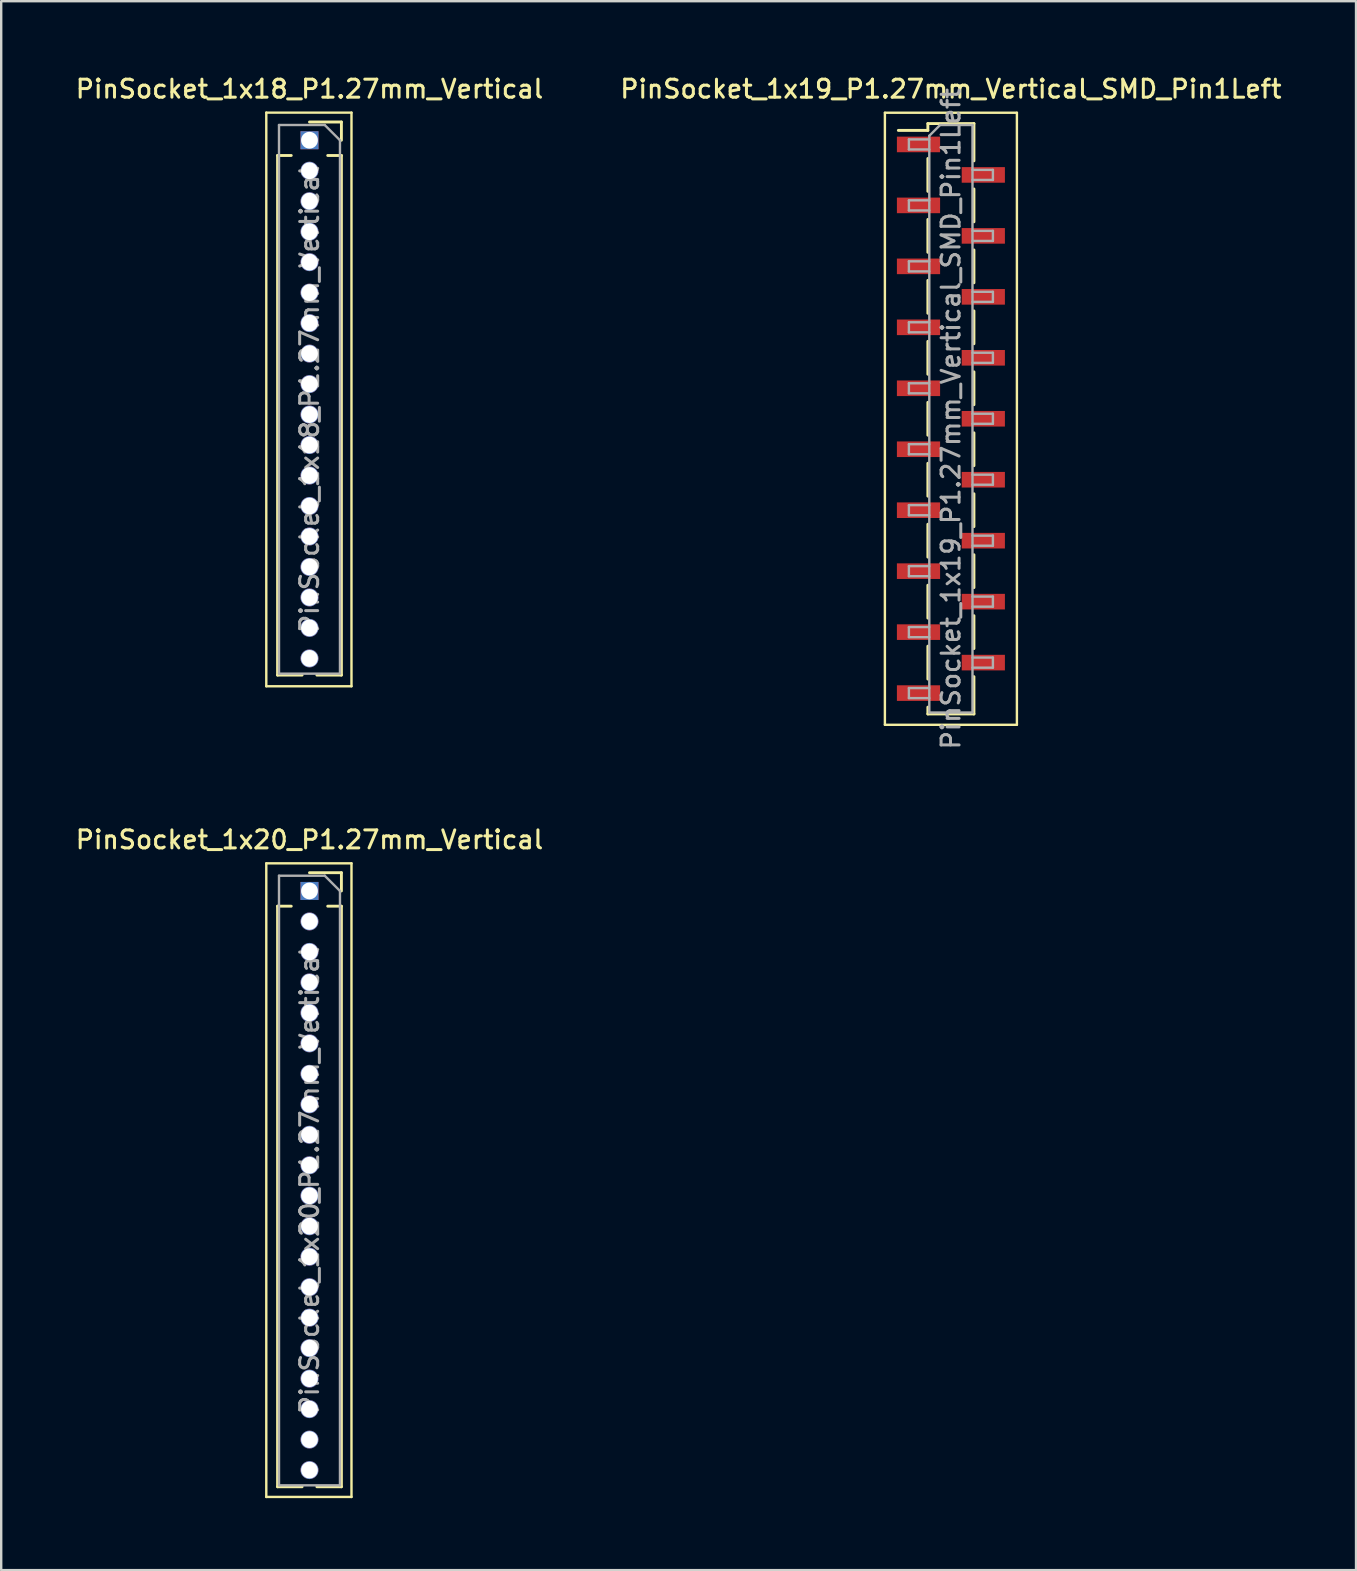
<source format=kicad_pcb>
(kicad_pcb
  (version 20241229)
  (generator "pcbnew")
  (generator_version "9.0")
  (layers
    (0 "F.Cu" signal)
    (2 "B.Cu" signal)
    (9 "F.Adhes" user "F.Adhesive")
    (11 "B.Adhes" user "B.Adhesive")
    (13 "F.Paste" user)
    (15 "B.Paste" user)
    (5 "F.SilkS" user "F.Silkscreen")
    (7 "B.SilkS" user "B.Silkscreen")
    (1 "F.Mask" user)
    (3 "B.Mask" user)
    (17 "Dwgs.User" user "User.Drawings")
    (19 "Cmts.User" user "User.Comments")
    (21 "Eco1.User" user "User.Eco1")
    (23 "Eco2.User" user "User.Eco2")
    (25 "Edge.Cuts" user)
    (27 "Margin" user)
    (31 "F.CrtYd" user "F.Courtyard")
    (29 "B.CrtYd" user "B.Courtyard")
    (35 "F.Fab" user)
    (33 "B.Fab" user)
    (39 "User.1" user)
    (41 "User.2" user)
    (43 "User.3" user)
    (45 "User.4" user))
  (footprint "PinSocket_1x18_P1.27mm_Vertical"
    (layer "F.Cu")
    (at 9.845 2.793)
    (property "Reference" "PinSocket_1x18_P1.27mm_Vertical" (at 0 -2.135 0) (layer "F.SilkS") (effects (font (size 0.75 0.75) (thickness 0.125))))
    (attr through_hole)
    (fp_line (start -1.8 -1.15) (end 1.75 -1.15) (stroke (width 0.1) (type solid)) (layer "F.SilkS"))
    (fp_line (start -1.8 22.75) (end -1.8 -1.15) (stroke (width 0.1) (type solid)) (layer "F.SilkS"))
    (fp_line (start -1.33 0.635) (end -1.33 22.285) (stroke (width 0.12) (type solid)) (layer "F.SilkS"))
    (fp_line (start -1.33 0.635) (end -0.76 0.635) (stroke (width 0.12) (type solid)) (layer "F.SilkS"))
    (fp_line (start -1.33 22.285) (end -0.308 22.285) (stroke (width 0.12) (type solid)) (layer "F.SilkS"))
    (fp_line (start 0 -0.76) (end 1.33 -0.76) (stroke (width 0.12) (type solid)) (layer "F.SilkS"))
    (fp_line (start 0.308 22.285) (end 1.33 22.285) (stroke (width 0.12) (type solid)) (layer "F.SilkS"))
    (fp_line (start 0.76 0.635) (end 1.33 0.635) (stroke (width 0.12) (type solid)) (layer "F.SilkS"))
    (fp_line (start 1.33 -0.76) (end 1.33 0) (stroke (width 0.12) (type solid)) (layer "F.SilkS"))
    (fp_line (start 1.33 0.635) (end 1.33 22.285) (stroke (width 0.12) (type solid)) (layer "F.SilkS"))
    (fp_line (start 1.75 -1.15) (end 1.75 22.75) (stroke (width 0.1) (type solid)) (layer "F.SilkS"))
    (fp_line (start 1.75 22.75) (end -1.8 22.75) (stroke (width 0.1) (type solid)) (layer "F.SilkS"))
    (fp_line (start -1.27 -0.635) (end 0.635 -0.635) (stroke (width 0.1) (type solid)) (layer "F.Fab"))
    (fp_line (start -1.27 22.225) (end -1.27 -0.635) (stroke (width 0.1) (type solid)) (layer "F.Fab"))
    (fp_line (start 0.635 -0.635) (end 1.27 0) (stroke (width 0.1) (type solid)) (layer "F.Fab"))
    (fp_line (start 1.27 0) (end 1.27 22.225) (stroke (width 0.1) (type solid)) (layer "F.Fab"))
    (fp_line (start 1.27 22.225) (end -1.27 22.225) (stroke (width 0.1) (type solid)) (layer "F.Fab"))
    (fp_text user "${REFERENCE}" (at 0 10.795 90) (layer "F.Fab") (effects (font (size 0.75 0.75) (thickness 0.125))))
    (pad "1" thru_hole rect (at 0 0) (size 0.75 0.75) (drill 0.7) (layers "*.Cu" "*.Mask"))
    (pad "2" thru_hole oval (at 0 1.27) (size 0.75 0.75) (drill 0.7) (layers "*.Cu" "*.Mask"))
    (pad "3" thru_hole oval (at 0 2.54) (size 0.75 0.75) (drill 0.7) (layers "*.Cu" "*.Mask"))
    (pad "4" thru_hole oval (at 0 3.81) (size 0.75 0.75) (drill 0.7) (layers "*.Cu" "*.Mask"))
    (pad "5" thru_hole oval (at 0 5.08) (size 0.75 0.75) (drill 0.7) (layers "*.Cu" "*.Mask"))
    (pad "6" thru_hole oval (at 0 6.35) (size 0.75 0.75) (drill 0.7) (layers "*.Cu" "*.Mask"))
    (pad "7" thru_hole oval (at 0 7.62) (size 0.75 0.75) (drill 0.7) (layers "*.Cu" "*.Mask"))
    (pad "8" thru_hole oval (at 0 8.89) (size 0.75 0.75) (drill 0.7) (layers "*.Cu" "*.Mask"))
    (pad "9" thru_hole oval (at 0 10.16) (size 0.75 0.75) (drill 0.7) (layers "*.Cu" "*.Mask"))
    (pad "10" thru_hole oval (at 0 11.43) (size 0.75 0.75) (drill 0.7) (layers "*.Cu" "*.Mask"))
    (pad "11" thru_hole oval (at 0 12.7) (size 0.75 0.75) (drill 0.7) (layers "*.Cu" "*.Mask"))
    (pad "12" thru_hole oval (at 0 13.97) (size 0.75 0.75) (drill 0.7) (layers "*.Cu" "*.Mask"))
    (pad "13" thru_hole oval (at 0 15.24) (size 0.75 0.75) (drill 0.7) (layers "*.Cu" "*.Mask"))
    (pad "14" thru_hole oval (at 0 16.51) (size 0.75 0.75) (drill 0.7) (layers "*.Cu" "*.Mask"))
    (pad "15" thru_hole oval (at 0 17.78) (size 0.75 0.75) (drill 0.7) (layers "*.Cu" "*.Mask"))
    (pad "16" thru_hole oval (at 0 19.05) (size 0.75 0.75) (drill 0.7) (layers "*.Cu" "*.Mask"))
    (pad "17" thru_hole oval (at 0 20.32) (size 0.75 0.75) (drill 0.7) (layers "*.Cu" "*.Mask"))
    (pad "18" thru_hole oval (at 0 21.59) (size 0.75 0.75) (drill 0.7) (layers "*.Cu" "*.Mask")))
  (footprint "PinSocket_1x20_P1.27mm_Vertical"
    (layer "F.Cu")
    (at 9.845 34.072)
    (property "Reference" "PinSocket_1x20_P1.27mm_Vertical" (at 0 -2.135 0) (layer "F.SilkS") (effects (font (size 0.75 0.75) (thickness 0.125))))
    (attr through_hole)
    (fp_line (start -1.8 -1.15) (end 1.75 -1.15) (stroke (width 0.1) (type solid)) (layer "F.SilkS"))
    (fp_line (start -1.8 25.25) (end -1.8 -1.15) (stroke (width 0.1) (type solid)) (layer "F.SilkS"))
    (fp_line (start -1.33 0.635) (end -1.33 24.825) (stroke (width 0.12) (type solid)) (layer "F.SilkS"))
    (fp_line (start -1.33 0.635) (end -0.76 0.635) (stroke (width 0.12) (type solid)) (layer "F.SilkS"))
    (fp_line (start -1.33 24.825) (end -0.308 24.825) (stroke (width 0.12) (type solid)) (layer "F.SilkS"))
    (fp_line (start 0 -0.76) (end 1.33 -0.76) (stroke (width 0.12) (type solid)) (layer "F.SilkS"))
    (fp_line (start 0.308 24.825) (end 1.33 24.825) (stroke (width 0.12) (type solid)) (layer "F.SilkS"))
    (fp_line (start 0.76 0.635) (end 1.33 0.635) (stroke (width 0.12) (type solid)) (layer "F.SilkS"))
    (fp_line (start 1.33 -0.76) (end 1.33 0) (stroke (width 0.12) (type solid)) (layer "F.SilkS"))
    (fp_line (start 1.33 0.635) (end 1.33 24.825) (stroke (width 0.12) (type solid)) (layer "F.SilkS"))
    (fp_line (start 1.75 -1.15) (end 1.75 25.25) (stroke (width 0.1) (type solid)) (layer "F.SilkS"))
    (fp_line (start 1.75 25.25) (end -1.8 25.25) (stroke (width 0.1) (type solid)) (layer "F.SilkS"))
    (fp_line (start -1.27 -0.635) (end 0.635 -0.635) (stroke (width 0.1) (type solid)) (layer "F.Fab"))
    (fp_line (start -1.27 24.765) (end -1.27 -0.635) (stroke (width 0.1) (type solid)) (layer "F.Fab"))
    (fp_line (start 0.635 -0.635) (end 1.27 0) (stroke (width 0.1) (type solid)) (layer "F.Fab"))
    (fp_line (start 1.27 0) (end 1.27 24.765) (stroke (width 0.1) (type solid)) (layer "F.Fab"))
    (fp_line (start 1.27 24.765) (end -1.27 24.765) (stroke (width 0.1) (type solid)) (layer "F.Fab"))
    (fp_text user "${REFERENCE}" (at 0 12.065 90) (layer "F.Fab") (effects (font (size 0.75 0.75) (thickness 0.125))))
    (pad "1" thru_hole rect (at 0 0) (size 0.75 0.75) (drill 0.7) (layers "*.Cu" "*.Mask"))
    (pad "2" thru_hole oval (at 0 1.27) (size 0.75 0.75) (drill 0.7) (layers "*.Cu" "*.Mask"))
    (pad "3" thru_hole oval (at 0 2.54) (size 0.75 0.75) (drill 0.7) (layers "*.Cu" "*.Mask"))
    (pad "4" thru_hole oval (at 0 3.81) (size 0.75 0.75) (drill 0.7) (layers "*.Cu" "*.Mask"))
    (pad "5" thru_hole oval (at 0 5.08) (size 0.75 0.75) (drill 0.7) (layers "*.Cu" "*.Mask"))
    (pad "6" thru_hole oval (at 0 6.35) (size 0.75 0.75) (drill 0.7) (layers "*.Cu" "*.Mask"))
    (pad "7" thru_hole oval (at 0 7.62) (size 0.75 0.75) (drill 0.7) (layers "*.Cu" "*.Mask"))
    (pad "8" thru_hole oval (at 0 8.89) (size 0.75 0.75) (drill 0.7) (layers "*.Cu" "*.Mask"))
    (pad "9" thru_hole oval (at 0 10.16) (size 0.75 0.75) (drill 0.7) (layers "*.Cu" "*.Mask"))
    (pad "10" thru_hole oval (at 0 11.43) (size 0.75 0.75) (drill 0.7) (layers "*.Cu" "*.Mask"))
    (pad "11" thru_hole oval (at 0 12.7) (size 0.75 0.75) (drill 0.7) (layers "*.Cu" "*.Mask"))
    (pad "12" thru_hole oval (at 0 13.97) (size 0.75 0.75) (drill 0.7) (layers "*.Cu" "*.Mask"))
    (pad "13" thru_hole oval (at 0 15.24) (size 0.75 0.75) (drill 0.7) (layers "*.Cu" "*.Mask"))
    (pad "14" thru_hole oval (at 0 16.51) (size 0.75 0.75) (drill 0.7) (layers "*.Cu" "*.Mask"))
    (pad "15" thru_hole oval (at 0 17.78) (size 0.75 0.75) (drill 0.7) (layers "*.Cu" "*.Mask"))
    (pad "16" thru_hole oval (at 0 19.05) (size 0.75 0.75) (drill 0.7) (layers "*.Cu" "*.Mask"))
    (pad "17" thru_hole oval (at 0 20.32) (size 0.75 0.75) (drill 0.7) (layers "*.Cu" "*.Mask"))
    (pad "18" thru_hole oval (at 0 21.59) (size 0.75 0.75) (drill 0.7) (layers "*.Cu" "*.Mask"))
    (pad "19" thru_hole oval (at 0 22.86) (size 0.75 0.75) (drill 0.7) (layers "*.Cu" "*.Mask"))
    (pad "20" thru_hole oval (at 0 24.13) (size 0.75 0.75) (drill 0.7) (layers "*.Cu" "*.Mask")))
  (footprint "PinSocket_1x19_P1.27mm_Vertical_SMD_Pin1Left"
    (layer "F.Cu")
    (at 36.57 14.398)
    (property "Reference" "PinSocket_1x19_P1.27mm_Vertical_SMD_Pin1Left" (at 0 -13.74 0) (layer "F.SilkS") (effects (font (size 0.75 0.75) (thickness 0.125))))
    (attr smd)
    (fp_line (start -2.75 -12.75) (end 2.75 -12.75) (stroke (width 0.1) (type solid)) (layer "F.SilkS"))
    (fp_line (start -2.75 12.75) (end -2.75 -12.75) (stroke (width 0.1) (type solid)) (layer "F.SilkS"))
    (fp_line (start -2.19 -12.015) (end -0.96 -12.015) (stroke (width 0.12) (type solid)) (layer "F.SilkS"))
    (fp_line (start -0.96 -12.3) (end -0.96 -12.015) (stroke (width 0.12) (type solid)) (layer "F.SilkS"))
    (fp_line (start -0.96 -12.3) (end 0.96 -12.3) (stroke (width 0.12) (type solid)) (layer "F.SilkS"))
    (fp_line (start -0.96 -10.845) (end -0.96 -9.475) (stroke (width 0.12) (type solid)) (layer "F.SilkS"))
    (fp_line (start -0.96 -8.305) (end -0.96 -6.935) (stroke (width 0.12) (type solid)) (layer "F.SilkS"))
    (fp_line (start -0.96 -5.765) (end -0.96 -4.395) (stroke (width 0.12) (type solid)) (layer "F.SilkS"))
    (fp_line (start -0.96 -3.225) (end -0.96 -1.855) (stroke (width 0.12) (type solid)) (layer "F.SilkS"))
    (fp_line (start -0.96 -0.685) (end -0.96 0.685) (stroke (width 0.12) (type solid)) (layer "F.SilkS"))
    (fp_line (start -0.96 1.855) (end -0.96 3.225) (stroke (width 0.12) (type solid)) (layer "F.SilkS"))
    (fp_line (start -0.96 4.395) (end -0.96 5.765) (stroke (width 0.12) (type solid)) (layer "F.SilkS"))
    (fp_line (start -0.96 6.935) (end -0.96 8.305) (stroke (width 0.12) (type solid)) (layer "F.SilkS"))
    (fp_line (start -0.96 9.475) (end -0.96 10.845) (stroke (width 0.12) (type solid)) (layer "F.SilkS"))
    (fp_line (start -0.96 12.015) (end -0.96 12.3) (stroke (width 0.12) (type solid)) (layer "F.SilkS"))
    (fp_line (start -0.96 12.3) (end 0.96 12.3) (stroke (width 0.12) (type solid)) (layer "F.SilkS"))
    (fp_line (start 0.96 -12.3) (end 0.96 -10.745) (stroke (width 0.12) (type solid)) (layer "F.SilkS"))
    (fp_line (start 0.96 -9.575) (end 0.96 -8.205) (stroke (width 0.12) (type solid)) (layer "F.SilkS"))
    (fp_line (start 0.96 -7.035) (end 0.96 -5.665) (stroke (width 0.12) (type solid)) (layer "F.SilkS"))
    (fp_line (start 0.96 -4.495) (end 0.96 -3.125) (stroke (width 0.12) (type solid)) (layer "F.SilkS"))
    (fp_line (start 0.96 -1.955) (end 0.96 -0.585) (stroke (width 0.12) (type solid)) (layer "F.SilkS"))
    (fp_line (start 0.96 0.585) (end 0.96 1.955) (stroke (width 0.12) (type solid)) (layer "F.SilkS"))
    (fp_line (start 0.96 3.125) (end 0.96 4.495) (stroke (width 0.12) (type solid)) (layer "F.SilkS"))
    (fp_line (start 0.96 5.665) (end 0.96 7.035) (stroke (width 0.12) (type solid)) (layer "F.SilkS"))
    (fp_line (start 0.96 8.205) (end 0.96 9.575) (stroke (width 0.12) (type solid)) (layer "F.SilkS"))
    (fp_line (start 0.96 10.745) (end 0.96 12.3) (stroke (width 0.12) (type solid)) (layer "F.SilkS"))
    (fp_line (start 2.75 -12.75) (end 2.75 12.75) (stroke (width 0.1) (type solid)) (layer "F.SilkS"))
    (fp_line (start 2.75 12.75) (end -2.75 12.75) (stroke (width 0.1) (type solid)) (layer "F.SilkS"))
    (fp_line (start -1.75 -11.64) (end -0.9 -11.64) (stroke (width 0.1) (type solid)) (layer "F.Fab"))
    (fp_line (start -1.75 -11.22) (end -1.75 -11.64) (stroke (width 0.1) (type solid)) (layer "F.Fab"))
    (fp_line (start -1.75 -9.1) (end -0.9 -9.1) (stroke (width 0.1) (type solid)) (layer "F.Fab"))
    (fp_line (start -1.75 -8.68) (end -1.75 -9.1) (stroke (width 0.1) (type solid)) (layer "F.Fab"))
    (fp_line (start -1.75 -6.56) (end -0.9 -6.56) (stroke (width 0.1) (type solid)) (layer "F.Fab"))
    (fp_line (start -1.75 -6.14) (end -1.75 -6.56) (stroke (width 0.1) (type solid)) (layer "F.Fab"))
    (fp_line (start -1.75 -4.02) (end -0.9 -4.02) (stroke (width 0.1) (type solid)) (layer "F.Fab"))
    (fp_line (start -1.75 -3.6) (end -1.75 -4.02) (stroke (width 0.1) (type solid)) (layer "F.Fab"))
    (fp_line (start -1.75 -1.48) (end -0.9 -1.48) (stroke (width 0.1) (type solid)) (layer "F.Fab"))
    (fp_line (start -1.75 -1.06) (end -1.75 -1.48) (stroke (width 0.1) (type solid)) (layer "F.Fab"))
    (fp_line (start -1.75 1.06) (end -0.9 1.06) (stroke (width 0.1) (type solid)) (layer "F.Fab"))
    (fp_line (start -1.75 1.48) (end -1.75 1.06) (stroke (width 0.1) (type solid)) (layer "F.Fab"))
    (fp_line (start -1.75 3.6) (end -0.9 3.6) (stroke (width 0.1) (type solid)) (layer "F.Fab"))
    (fp_line (start -1.75 4.02) (end -1.75 3.6) (stroke (width 0.1) (type solid)) (layer "F.Fab"))
    (fp_line (start -1.75 6.14) (end -0.9 6.14) (stroke (width 0.1) (type solid)) (layer "F.Fab"))
    (fp_line (start -1.75 6.56) (end -1.75 6.14) (stroke (width 0.1) (type solid)) (layer "F.Fab"))
    (fp_line (start -1.75 8.68) (end -0.9 8.68) (stroke (width 0.1) (type solid)) (layer "F.Fab"))
    (fp_line (start -1.75 9.1) (end -1.75 8.68) (stroke (width 0.1) (type solid)) (layer "F.Fab"))
    (fp_line (start -1.75 11.22) (end -0.9 11.22) (stroke (width 0.1) (type solid)) (layer "F.Fab"))
    (fp_line (start -1.75 11.64) (end -1.75 11.22) (stroke (width 0.1) (type solid)) (layer "F.Fab"))
    (fp_line (start -0.9 -11.79) (end -0.45 -12.24) (stroke (width 0.1) (type solid)) (layer "F.Fab"))
    (fp_line (start -0.9 -11.22) (end -1.75 -11.22) (stroke (width 0.1) (type solid)) (layer "F.Fab"))
    (fp_line (start -0.9 -8.68) (end -1.75 -8.68) (stroke (width 0.1) (type solid)) (layer "F.Fab"))
    (fp_line (start -0.9 -6.14) (end -1.75 -6.14) (stroke (width 0.1) (type solid)) (layer "F.Fab"))
    (fp_line (start -0.9 -3.6) (end -1.75 -3.6) (stroke (width 0.1) (type solid)) (layer "F.Fab"))
    (fp_line (start -0.9 -1.06) (end -1.75 -1.06) (stroke (width 0.1) (type solid)) (layer "F.Fab"))
    (fp_line (start -0.9 1.48) (end -1.75 1.48) (stroke (width 0.1) (type solid)) (layer "F.Fab"))
    (fp_line (start -0.9 4.02) (end -1.75 4.02) (stroke (width 0.1) (type solid)) (layer "F.Fab"))
    (fp_line (start -0.9 6.56) (end -1.75 6.56) (stroke (width 0.1) (type solid)) (layer "F.Fab"))
    (fp_line (start -0.9 9.1) (end -1.75 9.1) (stroke (width 0.1) (type solid)) (layer "F.Fab"))
    (fp_line (start -0.9 11.64) (end -1.75 11.64) (stroke (width 0.1) (type solid)) (layer "F.Fab"))
    (fp_line (start -0.9 12.24) (end -0.9 -11.79) (stroke (width 0.1) (type solid)) (layer "F.Fab"))
    (fp_line (start -0.45 -12.24) (end 0.9 -12.24) (stroke (width 0.1) (type solid)) (layer "F.Fab"))
    (fp_line (start 0.9 -12.24) (end 0.9 12.24) (stroke (width 0.1) (type solid)) (layer "F.Fab"))
    (fp_line (start 0.9 -10.37) (end 1.75 -10.37) (stroke (width 0.1) (type solid)) (layer "F.Fab"))
    (fp_line (start 0.9 -7.83) (end 1.75 -7.83) (stroke (width 0.1) (type solid)) (layer "F.Fab"))
    (fp_line (start 0.9 -5.29) (end 1.75 -5.29) (stroke (width 0.1) (type solid)) (layer "F.Fab"))
    (fp_line (start 0.9 -2.75) (end 1.75 -2.75) (stroke (width 0.1) (type solid)) (layer "F.Fab"))
    (fp_line (start 0.9 -0.21) (end 1.75 -0.21) (stroke (width 0.1) (type solid)) (layer "F.Fab"))
    (fp_line (start 0.9 2.33) (end 1.75 2.33) (stroke (width 0.1) (type solid)) (layer "F.Fab"))
    (fp_line (start 0.9 4.87) (end 1.75 4.87) (stroke (width 0.1) (type solid)) (layer "F.Fab"))
    (fp_line (start 0.9 7.41) (end 1.75 7.41) (stroke (width 0.1) (type solid)) (layer "F.Fab"))
    (fp_line (start 0.9 9.95) (end 1.75 9.95) (stroke (width 0.1) (type solid)) (layer "F.Fab"))
    (fp_line (start 0.9 12.24) (end -0.9 12.24) (stroke (width 0.1) (type solid)) (layer "F.Fab"))
    (fp_line (start 1.75 -10.37) (end 1.75 -9.95) (stroke (width 0.1) (type solid)) (layer "F.Fab"))
    (fp_line (start 1.75 -9.95) (end 0.9 -9.95) (stroke (width 0.1) (type solid)) (layer "F.Fab"))
    (fp_line (start 1.75 -7.83) (end 1.75 -7.41) (stroke (width 0.1) (type solid)) (layer "F.Fab"))
    (fp_line (start 1.75 -7.41) (end 0.9 -7.41) (stroke (width 0.1) (type solid)) (layer "F.Fab"))
    (fp_line (start 1.75 -5.29) (end 1.75 -4.87) (stroke (width 0.1) (type solid)) (layer "F.Fab"))
    (fp_line (start 1.75 -4.87) (end 0.9 -4.87) (stroke (width 0.1) (type solid)) (layer "F.Fab"))
    (fp_line (start 1.75 -2.75) (end 1.75 -2.33) (stroke (width 0.1) (type solid)) (layer "F.Fab"))
    (fp_line (start 1.75 -2.33) (end 0.9 -2.33) (stroke (width 0.1) (type solid)) (layer "F.Fab"))
    (fp_line (start 1.75 -0.21) (end 1.75 0.21) (stroke (width 0.1) (type solid)) (layer "F.Fab"))
    (fp_line (start 1.75 0.21) (end 0.9 0.21) (stroke (width 0.1) (type solid)) (layer "F.Fab"))
    (fp_line (start 1.75 2.33) (end 1.75 2.75) (stroke (width 0.1) (type solid)) (layer "F.Fab"))
    (fp_line (start 1.75 2.75) (end 0.9 2.75) (stroke (width 0.1) (type solid)) (layer "F.Fab"))
    (fp_line (start 1.75 4.87) (end 1.75 5.29) (stroke (width 0.1) (type solid)) (layer "F.Fab"))
    (fp_line (start 1.75 5.29) (end 0.9 5.29) (stroke (width 0.1) (type solid)) (layer "F.Fab"))
    (fp_line (start 1.75 7.41) (end 1.75 7.83) (stroke (width 0.1) (type solid)) (layer "F.Fab"))
    (fp_line (start 1.75 7.83) (end 0.9 7.83) (stroke (width 0.1) (type solid)) (layer "F.Fab"))
    (fp_line (start 1.75 9.95) (end 1.75 10.37) (stroke (width 0.1) (type solid)) (layer "F.Fab"))
    (fp_line (start 1.75 10.37) (end 0.9 10.37) (stroke (width 0.1) (type solid)) (layer "F.Fab"))
    (fp_text user "${REFERENCE}" (at 0 0 90) (layer "F.Fab") (effects (font (size 0.75 0.75) (thickness 0.125))))
    (pad "1" smd rect (at -1.35 -11.43) (size 1.8 0.65) (layers "F.Cu" "F.Mask" "F.Paste"))
    (pad "2" smd rect (at 1.35 -10.16) (size 1.8 0.65) (layers "F.Cu" "F.Mask" "F.Paste"))
    (pad "3" smd rect (at -1.35 -8.89) (size 1.8 0.65) (layers "F.Cu" "F.Mask" "F.Paste"))
    (pad "4" smd rect (at 1.35 -7.62) (size 1.8 0.65) (layers "F.Cu" "F.Mask" "F.Paste"))
    (pad "5" smd rect (at -1.35 -6.35) (size 1.8 0.65) (layers "F.Cu" "F.Mask" "F.Paste"))
    (pad "6" smd rect (at 1.35 -5.08) (size 1.8 0.65) (layers "F.Cu" "F.Mask" "F.Paste"))
    (pad "7" smd rect (at -1.35 -3.81) (size 1.8 0.65) (layers "F.Cu" "F.Mask" "F.Paste"))
    (pad "8" smd rect (at 1.35 -2.54) (size 1.8 0.65) (layers "F.Cu" "F.Mask" "F.Paste"))
    (pad "9" smd rect (at -1.35 -1.27) (size 1.8 0.65) (layers "F.Cu" "F.Mask" "F.Paste"))
    (pad "10" smd rect (at 1.35 0) (size 1.8 0.65) (layers "F.Cu" "F.Mask" "F.Paste"))
    (pad "11" smd rect (at -1.35 1.27) (size 1.8 0.65) (layers "F.Cu" "F.Mask" "F.Paste"))
    (pad "12" smd rect (at 1.35 2.54) (size 1.8 0.65) (layers "F.Cu" "F.Mask" "F.Paste"))
    (pad "13" smd rect (at -1.35 3.81) (size 1.8 0.65) (layers "F.Cu" "F.Mask" "F.Paste"))
    (pad "14" smd rect (at 1.35 5.08) (size 1.8 0.65) (layers "F.Cu" "F.Mask" "F.Paste"))
    (pad "15" smd rect (at -1.35 6.35) (size 1.8 0.65) (layers "F.Cu" "F.Mask" "F.Paste"))
    (pad "16" smd rect (at 1.35 7.62) (size 1.8 0.65) (layers "F.Cu" "F.Mask" "F.Paste"))
    (pad "17" smd rect (at -1.35 8.89) (size 1.8 0.65) (layers "F.Cu" "F.Mask" "F.Paste"))
    (pad "18" smd rect (at 1.35 10.16) (size 1.8 0.65) (layers "F.Cu" "F.Mask" "F.Paste"))
    (pad "19" smd rect (at -1.35 11.43) (size 1.8 0.65) (layers "F.Cu" "F.Mask" "F.Paste")))
  (gr_rect
    (start -3 -3)
    (end 53.45 62.372)
    (stroke (width 0.1) (type default))
    (fill no)
    (layer "Edge.Cuts")))
</source>
